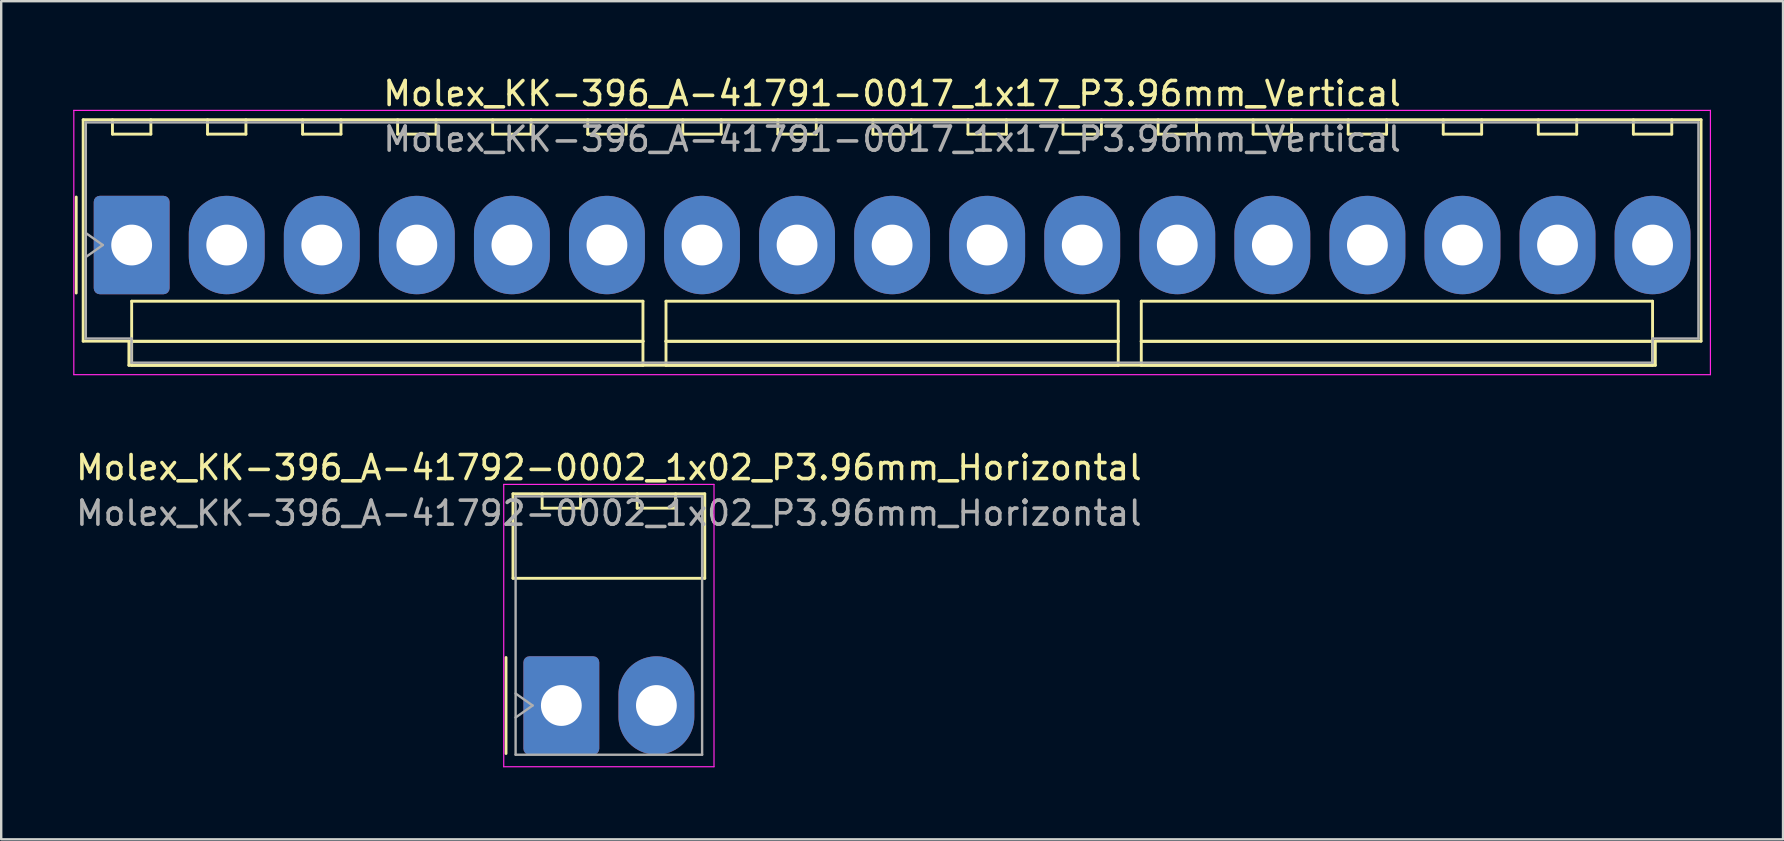
<source format=kicad_pcb>
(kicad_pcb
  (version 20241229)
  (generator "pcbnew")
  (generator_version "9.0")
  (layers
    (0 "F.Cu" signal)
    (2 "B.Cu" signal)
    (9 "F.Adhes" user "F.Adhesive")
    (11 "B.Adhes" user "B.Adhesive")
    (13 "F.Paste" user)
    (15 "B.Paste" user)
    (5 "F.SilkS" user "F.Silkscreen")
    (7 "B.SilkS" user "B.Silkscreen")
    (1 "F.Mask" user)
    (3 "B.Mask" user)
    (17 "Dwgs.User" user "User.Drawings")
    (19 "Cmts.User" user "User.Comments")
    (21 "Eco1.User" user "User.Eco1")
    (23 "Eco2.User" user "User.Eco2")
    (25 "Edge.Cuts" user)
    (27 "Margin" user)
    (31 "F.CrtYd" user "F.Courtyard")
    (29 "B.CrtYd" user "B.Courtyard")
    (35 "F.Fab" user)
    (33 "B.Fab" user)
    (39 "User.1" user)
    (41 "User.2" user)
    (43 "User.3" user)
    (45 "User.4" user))
  (footprint "Molex_KK-396_A-41792-0002_1x02_P3.96mm_Horizontal"
    (layer "F.Cu")
    (at 20.335 26.341)
    (property "Reference" "Molex_KK-396_A-41792-0002_1x02_P3.96mm_Horizontal" (at 1.98 -9.91 0) (layer "F.SilkS") (effects (font (size 1 1) (thickness 0.15))))
    (attr through_hole)
    (fp_line (start -2.305 -2) (end -2.305 2) (stroke (width 0.12) (type solid)) (layer "F.SilkS"))
    (fp_line (start -2.015 -8.82) (end 5.975 -8.82) (stroke (width 0.12) (type solid)) (layer "F.SilkS"))
    (fp_line (start -2.015 -5.3) (end -2.015 -8.82) (stroke (width 0.12) (type solid)) (layer "F.SilkS"))
    (fp_line (start -0.8 -8.82) (end -0.8 -8.22) (stroke (width 0.12) (type solid)) (layer "F.SilkS"))
    (fp_line (start -0.8 -8.22) (end 0.8 -8.22) (stroke (width 0.12) (type solid)) (layer "F.SilkS"))
    (fp_line (start 0.8 -8.22) (end 0.8 -8.82) (stroke (width 0.12) (type solid)) (layer "F.SilkS"))
    (fp_line (start 3.16 -8.82) (end 3.16 -8.22) (stroke (width 0.12) (type solid)) (layer "F.SilkS"))
    (fp_line (start 3.16 -8.22) (end 4.76 -8.22) (stroke (width 0.12) (type solid)) (layer "F.SilkS"))
    (fp_line (start 4.76 -8.22) (end 4.76 -8.82) (stroke (width 0.12) (type solid)) (layer "F.SilkS"))
    (fp_line (start 5.975 -8.82) (end 5.975 -5.3) (stroke (width 0.12) (type solid)) (layer "F.SilkS"))
    (fp_line (start 5.975 -5.3) (end -2.015 -5.3) (stroke (width 0.12) (type solid)) (layer "F.SilkS"))
    (fp_line (start -2.4 -9.21) (end -2.4 2.55) (stroke (width 0.05) (type solid)) (layer "F.CrtYd"))
    (fp_line (start -2.4 2.55) (end 6.36 2.55) (stroke (width 0.05) (type solid)) (layer "F.CrtYd"))
    (fp_line (start 6.36 -9.21) (end -2.4 -9.21) (stroke (width 0.05) (type solid)) (layer "F.CrtYd"))
    (fp_line (start 6.36 2.55) (end 6.36 -9.21) (stroke (width 0.05) (type solid)) (layer "F.CrtYd"))
    (fp_line (start -1.905 -8.71) (end 5.865 -8.71) (stroke (width 0.1) (type solid)) (layer "F.Fab"))
    (fp_line (start -1.905 -0.5) (end -1.198 0) (stroke (width 0.1) (type solid)) (layer "F.Fab"))
    (fp_line (start -1.905 2.05) (end -1.905 -8.71) (stroke (width 0.1) (type solid)) (layer "F.Fab"))
    (fp_line (start -1.198 0) (end -1.905 0.5) (stroke (width 0.1) (type solid)) (layer "F.Fab"))
    (fp_line (start 5.865 -8.71) (end 5.865 2.05) (stroke (width 0.1) (type solid)) (layer "F.Fab"))
    (fp_line (start 5.865 2.05) (end -1.905 2.05) (stroke (width 0.1) (type solid)) (layer "F.Fab"))
    (fp_text user "${REFERENCE}" (at 1.98 -8.01 0) (layer "F.Fab") (effects (font (size 1 1) (thickness 0.15))))
    (pad "1" thru_hole roundrect (at 0 0) (size 3.16 4.1) (drill 1.7) (layers "*.Cu" "*.Mask") (roundrect_rratio 0.079))
    (pad "2" thru_hole oval (at 3.96 0) (size 3.16 4.1) (drill 1.7) (layers "*.Cu" "*.Mask")))
  (footprint "Molex_KK-396_A-41791-0017_1x17_P3.96mm_Vertical"
    (layer "F.Cu")
    (at 2.435 7.158)
    (property "Reference" "Molex_KK-396_A-41791-0017_1x17_P3.96mm_Vertical" (at 31.68 -6.31 0) (layer "F.SilkS") (effects (font (size 1 1) (thickness 0.15))))
    (attr through_hole)
    (fp_line (start -2.31 -2) (end -2.31 2) (stroke (width 0.12) (type solid)) (layer "F.SilkS"))
    (fp_line (start -2.02 -5.22) (end 65.38 -5.22) (stroke (width 0.12) (type solid)) (layer "F.SilkS"))
    (fp_line (start -2.02 4.005) (end -2.02 -5.22) (stroke (width 0.12) (type solid)) (layer "F.SilkS"))
    (fp_line (start -0.8 -5.22) (end -0.8 -4.62) (stroke (width 0.12) (type solid)) (layer "F.SilkS"))
    (fp_line (start -0.8 -4.62) (end 0.8 -4.62) (stroke (width 0.12) (type solid)) (layer "F.SilkS"))
    (fp_line (start -0.115 4.005) (end -2.02 4.005) (stroke (width 0.12) (type solid)) (layer "F.SilkS"))
    (fp_line (start -0.115 5.01) (end -0.115 4.005) (stroke (width 0.12) (type solid)) (layer "F.SilkS"))
    (fp_line (start 0 2.34) (end 21.3 2.34) (stroke (width 0.12) (type solid)) (layer "F.SilkS"))
    (fp_line (start 0 4.01) (end 0 2.34) (stroke (width 0.12) (type solid)) (layer "F.SilkS"))
    (fp_line (start 0 4.01) (end 21.3 4.01) (stroke (width 0.12) (type solid)) (layer "F.SilkS"))
    (fp_line (start 0 5.01) (end 0 4.01) (stroke (width 0.12) (type solid)) (layer "F.SilkS"))
    (fp_line (start 0.8 -4.62) (end 0.8 -5.22) (stroke (width 0.12) (type solid)) (layer "F.SilkS"))
    (fp_line (start 3.16 -5.22) (end 3.16 -4.62) (stroke (width 0.12) (type solid)) (layer "F.SilkS"))
    (fp_line (start 3.16 -4.62) (end 4.76 -4.62) (stroke (width 0.12) (type solid)) (layer "F.SilkS"))
    (fp_line (start 4.76 -4.62) (end 4.76 -5.22) (stroke (width 0.12) (type solid)) (layer "F.SilkS"))
    (fp_line (start 7.12 -5.22) (end 7.12 -4.62) (stroke (width 0.12) (type solid)) (layer "F.SilkS"))
    (fp_line (start 7.12 -4.62) (end 8.72 -4.62) (stroke (width 0.12) (type solid)) (layer "F.SilkS"))
    (fp_line (start 8.72 -4.62) (end 8.72 -5.22) (stroke (width 0.12) (type solid)) (layer "F.SilkS"))
    (fp_line (start 11.08 -5.22) (end 11.08 -4.62) (stroke (width 0.12) (type solid)) (layer "F.SilkS"))
    (fp_line (start 11.08 -4.62) (end 12.68 -4.62) (stroke (width 0.12) (type solid)) (layer "F.SilkS"))
    (fp_line (start 12.68 -4.62) (end 12.68 -5.22) (stroke (width 0.12) (type solid)) (layer "F.SilkS"))
    (fp_line (start 15.04 -5.22) (end 15.04 -4.62) (stroke (width 0.12) (type solid)) (layer "F.SilkS"))
    (fp_line (start 15.04 -4.62) (end 16.64 -4.62) (stroke (width 0.12) (type solid)) (layer "F.SilkS"))
    (fp_line (start 16.64 -4.62) (end 16.64 -5.22) (stroke (width 0.12) (type solid)) (layer "F.SilkS"))
    (fp_line (start 19 -5.22) (end 19 -4.62) (stroke (width 0.12) (type solid)) (layer "F.SilkS"))
    (fp_line (start 19 -4.62) (end 20.6 -4.62) (stroke (width 0.12) (type solid)) (layer "F.SilkS"))
    (fp_line (start 20.6 -4.62) (end 20.6 -5.22) (stroke (width 0.12) (type solid)) (layer "F.SilkS"))
    (fp_line (start 21.3 2.34) (end 21.3 4.01) (stroke (width 0.12) (type solid)) (layer "F.SilkS"))
    (fp_line (start 21.3 4.01) (end 0 4.01) (stroke (width 0.12) (type solid)) (layer "F.SilkS"))
    (fp_line (start 21.3 4.01) (end 21.3 5.01) (stroke (width 0.12) (type solid)) (layer "F.SilkS"))
    (fp_line (start 21.3 5.01) (end 0 5.01) (stroke (width 0.12) (type solid)) (layer "F.SilkS"))
    (fp_line (start 22.26 2.34) (end 41.1 2.34) (stroke (width 0.12) (type solid)) (layer "F.SilkS"))
    (fp_line (start 22.26 4.01) (end 22.26 2.34) (stroke (width 0.12) (type solid)) (layer "F.SilkS"))
    (fp_line (start 22.26 4.01) (end 41.1 4.01) (stroke (width 0.12) (type solid)) (layer "F.SilkS"))
    (fp_line (start 22.26 5.01) (end 22.26 4.01) (stroke (width 0.12) (type solid)) (layer "F.SilkS"))
    (fp_line (start 22.96 -5.22) (end 22.96 -4.62) (stroke (width 0.12) (type solid)) (layer "F.SilkS"))
    (fp_line (start 22.96 -4.62) (end 24.56 -4.62) (stroke (width 0.12) (type solid)) (layer "F.SilkS"))
    (fp_line (start 24.56 -4.62) (end 24.56 -5.22) (stroke (width 0.12) (type solid)) (layer "F.SilkS"))
    (fp_line (start 26.92 -5.22) (end 26.92 -4.62) (stroke (width 0.12) (type solid)) (layer "F.SilkS"))
    (fp_line (start 26.92 -4.62) (end 28.52 -4.62) (stroke (width 0.12) (type solid)) (layer "F.SilkS"))
    (fp_line (start 28.52 -4.62) (end 28.52 -5.22) (stroke (width 0.12) (type solid)) (layer "F.SilkS"))
    (fp_line (start 30.88 -5.22) (end 30.88 -4.62) (stroke (width 0.12) (type solid)) (layer "F.SilkS"))
    (fp_line (start 30.88 -4.62) (end 32.48 -4.62) (stroke (width 0.12) (type solid)) (layer "F.SilkS"))
    (fp_line (start 32.48 -4.62) (end 32.48 -5.22) (stroke (width 0.12) (type solid)) (layer "F.SilkS"))
    (fp_line (start 34.84 -5.22) (end 34.84 -4.62) (stroke (width 0.12) (type solid)) (layer "F.SilkS"))
    (fp_line (start 34.84 -4.62) (end 36.44 -4.62) (stroke (width 0.12) (type solid)) (layer "F.SilkS"))
    (fp_line (start 36.44 -4.62) (end 36.44 -5.22) (stroke (width 0.12) (type solid)) (layer "F.SilkS"))
    (fp_line (start 38.8 -5.22) (end 38.8 -4.62) (stroke (width 0.12) (type solid)) (layer "F.SilkS"))
    (fp_line (start 38.8 -4.62) (end 40.4 -4.62) (stroke (width 0.12) (type solid)) (layer "F.SilkS"))
    (fp_line (start 40.4 -4.62) (end 40.4 -5.22) (stroke (width 0.12) (type solid)) (layer "F.SilkS"))
    (fp_line (start 41.1 2.34) (end 41.1 4.01) (stroke (width 0.12) (type solid)) (layer "F.SilkS"))
    (fp_line (start 41.1 4.01) (end 22.26 4.01) (stroke (width 0.12) (type solid)) (layer "F.SilkS"))
    (fp_line (start 41.1 4.01) (end 41.1 5.01) (stroke (width 0.12) (type solid)) (layer "F.SilkS"))
    (fp_line (start 41.1 5.01) (end 22.26 5.01) (stroke (width 0.12) (type solid)) (layer "F.SilkS"))
    (fp_line (start 42.06 2.34) (end 63.36 2.34) (stroke (width 0.12) (type solid)) (layer "F.SilkS"))
    (fp_line (start 42.06 4.01) (end 42.06 2.34) (stroke (width 0.12) (type solid)) (layer "F.SilkS"))
    (fp_line (start 42.06 4.01) (end 63.36 4.01) (stroke (width 0.12) (type solid)) (layer "F.SilkS"))
    (fp_line (start 42.06 5.01) (end 42.06 4.01) (stroke (width 0.12) (type solid)) (layer "F.SilkS"))
    (fp_line (start 42.76 -5.22) (end 42.76 -4.62) (stroke (width 0.12) (type solid)) (layer "F.SilkS"))
    (fp_line (start 42.76 -4.62) (end 44.36 -4.62) (stroke (width 0.12) (type solid)) (layer "F.SilkS"))
    (fp_line (start 44.36 -4.62) (end 44.36 -5.22) (stroke (width 0.12) (type solid)) (layer "F.SilkS"))
    (fp_line (start 46.72 -5.22) (end 46.72 -4.62) (stroke (width 0.12) (type solid)) (layer "F.SilkS"))
    (fp_line (start 46.72 -4.62) (end 48.32 -4.62) (stroke (width 0.12) (type solid)) (layer "F.SilkS"))
    (fp_line (start 48.32 -4.62) (end 48.32 -5.22) (stroke (width 0.12) (type solid)) (layer "F.SilkS"))
    (fp_line (start 50.68 -5.22) (end 50.68 -4.62) (stroke (width 0.12) (type solid)) (layer "F.SilkS"))
    (fp_line (start 50.68 -4.62) (end 52.28 -4.62) (stroke (width 0.12) (type solid)) (layer "F.SilkS"))
    (fp_line (start 52.28 -4.62) (end 52.28 -5.22) (stroke (width 0.12) (type solid)) (layer "F.SilkS"))
    (fp_line (start 54.64 -5.22) (end 54.64 -4.62) (stroke (width 0.12) (type solid)) (layer "F.SilkS"))
    (fp_line (start 54.64 -4.62) (end 56.24 -4.62) (stroke (width 0.12) (type solid)) (layer "F.SilkS"))
    (fp_line (start 56.24 -4.62) (end 56.24 -5.22) (stroke (width 0.12) (type solid)) (layer "F.SilkS"))
    (fp_line (start 58.6 -5.22) (end 58.6 -4.62) (stroke (width 0.12) (type solid)) (layer "F.SilkS"))
    (fp_line (start 58.6 -4.62) (end 60.2 -4.62) (stroke (width 0.12) (type solid)) (layer "F.SilkS"))
    (fp_line (start 60.2 -4.62) (end 60.2 -5.22) (stroke (width 0.12) (type solid)) (layer "F.SilkS"))
    (fp_line (start 62.56 -5.22) (end 62.56 -4.62) (stroke (width 0.12) (type solid)) (layer "F.SilkS"))
    (fp_line (start 62.56 -4.62) (end 64.16 -4.62) (stroke (width 0.12) (type solid)) (layer "F.SilkS"))
    (fp_line (start 63.36 2.34) (end 63.36 4.01) (stroke (width 0.12) (type solid)) (layer "F.SilkS"))
    (fp_line (start 63.36 4.01) (end 42.06 4.01) (stroke (width 0.12) (type solid)) (layer "F.SilkS"))
    (fp_line (start 63.36 4.01) (end 63.36 5.01) (stroke (width 0.12) (type solid)) (layer "F.SilkS"))
    (fp_line (start 63.36 5.01) (end 42.06 5.01) (stroke (width 0.12) (type solid)) (layer "F.SilkS"))
    (fp_line (start 63.475 4.005) (end 63.475 5.01) (stroke (width 0.12) (type solid)) (layer "F.SilkS"))
    (fp_line (start 63.475 5.01) (end -0.115 5.01) (stroke (width 0.12) (type solid)) (layer "F.SilkS"))
    (fp_line (start 64.16 -4.62) (end 64.16 -5.22) (stroke (width 0.12) (type solid)) (layer "F.SilkS"))
    (fp_line (start 65.38 -5.22) (end 65.38 4.005) (stroke (width 0.12) (type solid)) (layer "F.SilkS"))
    (fp_line (start 65.38 4.005) (end 63.475 4.005) (stroke (width 0.12) (type solid)) (layer "F.SilkS"))
    (fp_line (start -2.41 -5.61) (end -2.41 5.4) (stroke (width 0.05) (type solid)) (layer "F.CrtYd"))
    (fp_line (start -2.41 5.4) (end 65.77 5.4) (stroke (width 0.05) (type solid)) (layer "F.CrtYd"))
    (fp_line (start 65.77 -5.61) (end -2.41 -5.61) (stroke (width 0.05) (type solid)) (layer "F.CrtYd"))
    (fp_line (start 65.77 5.4) (end 65.77 -5.61) (stroke (width 0.05) (type solid)) (layer "F.CrtYd"))
    (fp_line (start -1.91 -5.11) (end 65.27 -5.11) (stroke (width 0.1) (type solid)) (layer "F.Fab"))
    (fp_line (start -1.91 -0.5) (end -1.203 0) (stroke (width 0.1) (type solid)) (layer "F.Fab"))
    (fp_line (start -1.91 3.895) (end -1.91 -5.11) (stroke (width 0.1) (type solid)) (layer "F.Fab"))
    (fp_line (start -1.203 0) (end -1.91 0.5) (stroke (width 0.1) (type solid)) (layer "F.Fab"))
    (fp_line (start -0.005 3.895) (end -1.91 3.895) (stroke (width 0.1) (type solid)) (layer "F.Fab"))
    (fp_line (start -0.005 4.9) (end -0.005 3.895) (stroke (width 0.1) (type solid)) (layer "F.Fab"))
    (fp_line (start 63.365 3.895) (end 63.365 4.9) (stroke (width 0.1) (type solid)) (layer "F.Fab"))
    (fp_line (start 63.365 4.9) (end -0.005 4.9) (stroke (width 0.1) (type solid)) (layer "F.Fab"))
    (fp_line (start 65.27 -5.11) (end 65.27 3.895) (stroke (width 0.1) (type solid)) (layer "F.Fab"))
    (fp_line (start 65.27 3.895) (end 63.365 3.895) (stroke (width 0.1) (type solid)) (layer "F.Fab"))
    (fp_text user "${REFERENCE}" (at 31.68 -4.41 0) (layer "F.Fab") (effects (font (size 1 1) (thickness 0.15))))
    (pad "1" thru_hole roundrect (at 0 0) (size 3.16 4.1) (drill 1.7) (layers "*.Cu" "*.Mask") (roundrect_rratio 0.079))
    (pad "2" thru_hole oval (at 3.96 0) (size 3.16 4.1) (drill 1.7) (layers "*.Cu" "*.Mask"))
    (pad "3" thru_hole oval (at 7.92 0) (size 3.16 4.1) (drill 1.7) (layers "*.Cu" "*.Mask"))
    (pad "4" thru_hole oval (at 11.88 0) (size 3.16 4.1) (drill 1.7) (layers "*.Cu" "*.Mask"))
    (pad "5" thru_hole oval (at 15.84 0) (size 3.16 4.1) (drill 1.7) (layers "*.Cu" "*.Mask"))
    (pad "6" thru_hole oval (at 19.8 0) (size 3.16 4.1) (drill 1.7) (layers "*.Cu" "*.Mask"))
    (pad "7" thru_hole oval (at 23.76 0) (size 3.16 4.1) (drill 1.7) (layers "*.Cu" "*.Mask"))
    (pad "8" thru_hole oval (at 27.72 0) (size 3.16 4.1) (drill 1.7) (layers "*.Cu" "*.Mask"))
    (pad "9" thru_hole oval (at 31.68 0) (size 3.16 4.1) (drill 1.7) (layers "*.Cu" "*.Mask"))
    (pad "10" thru_hole oval (at 35.64 0) (size 3.16 4.1) (drill 1.7) (layers "*.Cu" "*.Mask"))
    (pad "11" thru_hole oval (at 39.6 0) (size 3.16 4.1) (drill 1.7) (layers "*.Cu" "*.Mask"))
    (pad "12" thru_hole oval (at 43.56 0) (size 3.16 4.1) (drill 1.7) (layers "*.Cu" "*.Mask"))
    (pad "13" thru_hole oval (at 47.52 0) (size 3.16 4.1) (drill 1.7) (layers "*.Cu" "*.Mask"))
    (pad "14" thru_hole oval (at 51.48 0) (size 3.16 4.1) (drill 1.7) (layers "*.Cu" "*.Mask"))
    (pad "15" thru_hole oval (at 55.44 0) (size 3.16 4.1) (drill 1.7) (layers "*.Cu" "*.Mask"))
    (pad "16" thru_hole oval (at 59.4 0) (size 3.16 4.1) (drill 1.7) (layers "*.Cu" "*.Mask"))
    (pad "17" thru_hole oval (at 63.36 0) (size 3.16 4.1) (drill 1.7) (layers "*.Cu" "*.Mask")))
  (gr_rect
    (start -3 -3)
    (end 71.23 31.916)
    (stroke (width 0.1) (type default))
    (fill no)
    (layer "Edge.Cuts")))
</source>
